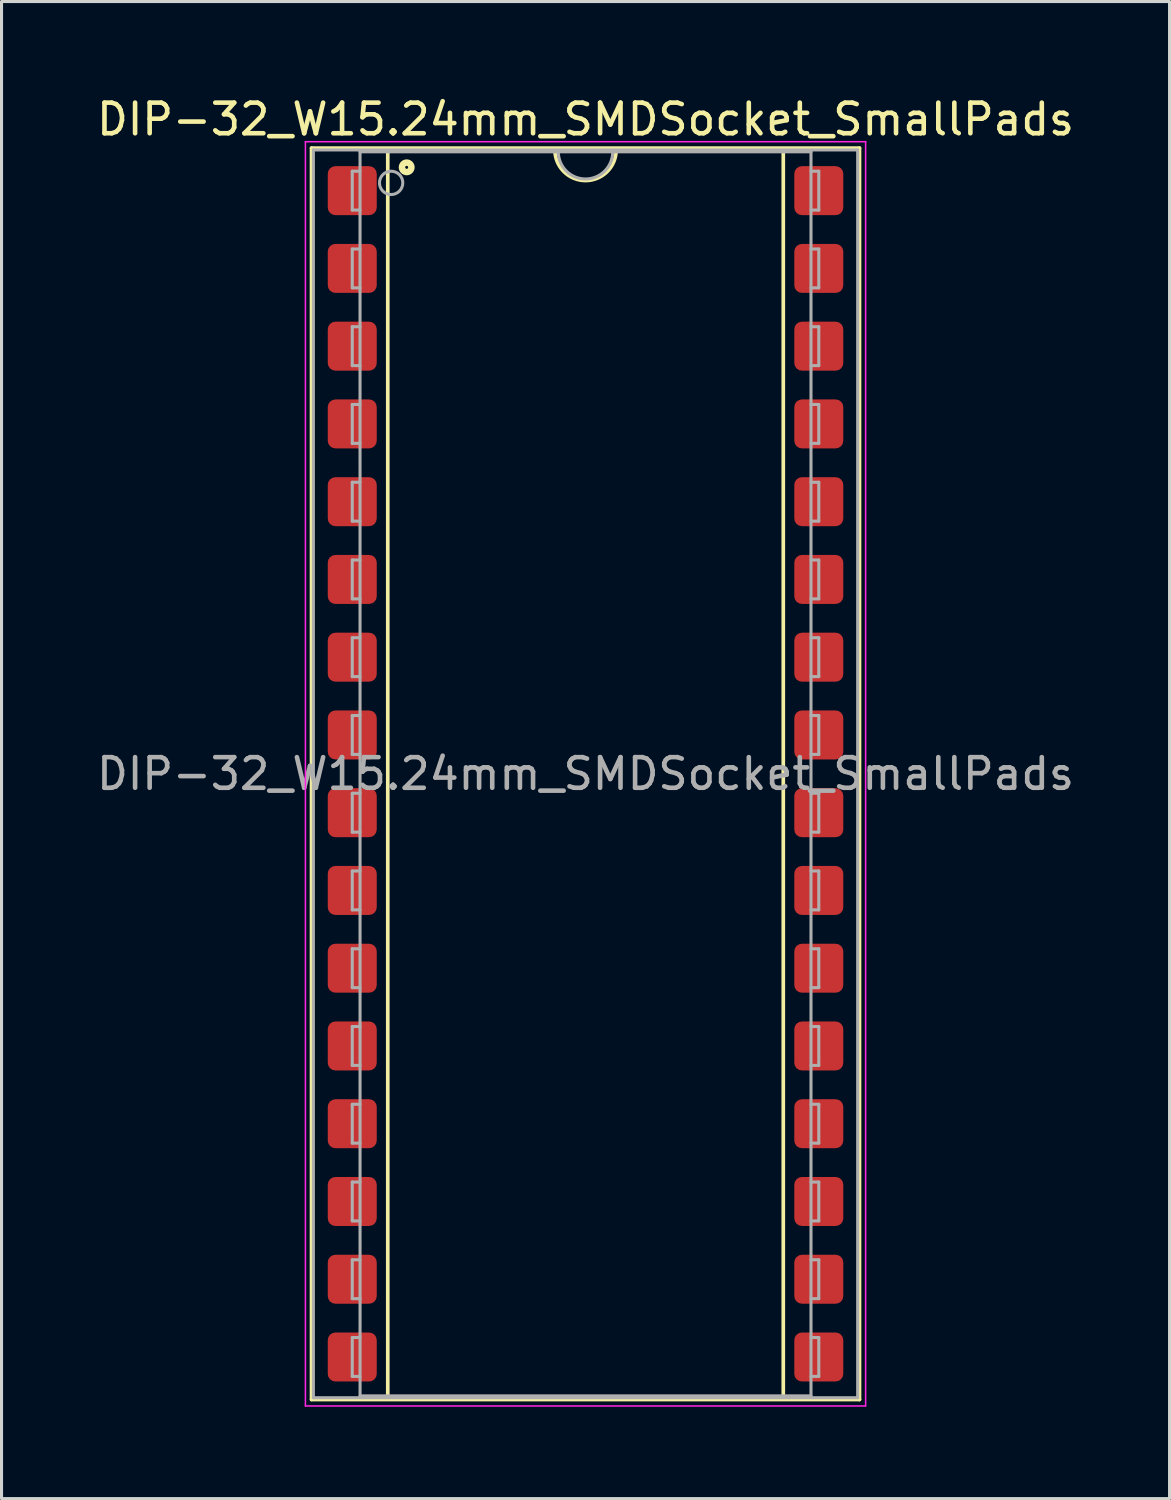
<source format=kicad_pcb>
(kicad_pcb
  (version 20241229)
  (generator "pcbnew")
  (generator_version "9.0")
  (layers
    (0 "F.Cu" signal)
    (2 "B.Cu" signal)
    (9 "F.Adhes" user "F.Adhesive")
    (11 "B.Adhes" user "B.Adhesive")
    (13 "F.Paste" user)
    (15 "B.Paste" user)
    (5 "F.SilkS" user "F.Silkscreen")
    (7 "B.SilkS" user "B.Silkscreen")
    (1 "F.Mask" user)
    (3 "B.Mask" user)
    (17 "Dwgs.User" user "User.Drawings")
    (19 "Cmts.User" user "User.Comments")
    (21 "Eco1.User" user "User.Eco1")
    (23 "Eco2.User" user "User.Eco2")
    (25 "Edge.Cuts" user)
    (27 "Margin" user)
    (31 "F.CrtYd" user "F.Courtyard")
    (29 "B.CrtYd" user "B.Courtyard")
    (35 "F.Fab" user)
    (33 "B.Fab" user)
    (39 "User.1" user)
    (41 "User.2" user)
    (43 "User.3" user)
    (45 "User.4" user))
  (footprint "DIP-32_W15.24mm_SMDSocket_SmallPads"
    (layer "F.Cu")
    (at 16.077 22.228)
    (property "Reference" "DIP-32_W15.24mm_SMDSocket_SmallPads" (at 0 -21.38 0) (layer "F.SilkS") (effects (font (size 1 1) (thickness 0.15))))
    (attr smd)
    (fp_line (start -8.95 -20.44) (end -8.95 20.44) (stroke (width 0.12) (type solid)) (layer "F.SilkS"))
    (fp_line (start -8.95 20.44) (end 8.95 20.44) (stroke (width 0.12) (type solid)) (layer "F.SilkS"))
    (fp_line (start -6.46 -20.38) (end -6.46 20.38) (stroke (width 0.12) (type solid)) (layer "F.SilkS"))
    (fp_line (start -6.46 20.38) (end 6.46 20.38) (stroke (width 0.12) (type solid)) (layer "F.SilkS"))
    (fp_line (start -1 -20.38) (end -6.46 -20.38) (stroke (width 0.12) (type solid)) (layer "F.SilkS"))
    (fp_line (start 6.46 -20.38) (end 1 -20.38) (stroke (width 0.12) (type solid)) (layer "F.SilkS"))
    (fp_line (start 6.46 20.38) (end 6.46 -20.38) (stroke (width 0.12) (type solid)) (layer "F.SilkS"))
    (fp_line (start 8.95 -20.44) (end -8.95 -20.44) (stroke (width 0.12) (type solid)) (layer "F.SilkS"))
    (fp_line (start 8.95 20.44) (end 8.95 -20.44) (stroke (width 0.12) (type solid)) (layer "F.SilkS"))
    (fp_arc (start 1 -20.38) (mid 0 -19.38) (end -1 -20.38) (stroke (width 0.12) (type solid)) (layer "F.SilkS"))
    (fp_circle (center -5.842 -19.812) (end -5.792 -19.812) (stroke (width 0.12) (type solid)) (fill no) (layer "F.SilkS"))
    (fp_circle (center -5.842 -19.812) (end -5.717 -19.812) (stroke (width 0.12) (type solid)) (fill no) (layer "F.SilkS"))
    (fp_circle (center -5.842 -19.812) (end -5.642 -19.812) (stroke (width 0.12) (type solid)) (fill no) (layer "F.SilkS"))
    (fp_line (start -9.15 -20.65) (end -9.15 20.65) (stroke (width 0.05) (type solid)) (layer "F.CrtYd"))
    (fp_line (start -9.15 20.65) (end 9.15 20.65) (stroke (width 0.05) (type solid)) (layer "F.CrtYd"))
    (fp_line (start 9.15 -20.65) (end -9.15 -20.65) (stroke (width 0.05) (type solid)) (layer "F.CrtYd"))
    (fp_line (start 9.15 20.65) (end 9.15 -20.65) (stroke (width 0.05) (type solid)) (layer "F.CrtYd"))
    (fp_line (start -8.89 -20.38) (end -8.89 20.38) (stroke (width 0.1) (type solid)) (layer "F.Fab"))
    (fp_line (start -8.89 20.38) (end 8.89 20.38) (stroke (width 0.1) (type solid)) (layer "F.Fab"))
    (fp_line (start -7.62 -19.685) (end -7.62 -18.415) (stroke (width 0.1) (type solid)) (layer "F.Fab"))
    (fp_line (start -7.62 -19.685) (end -7.366 -19.685) (stroke (width 0.1) (type solid)) (layer "F.Fab"))
    (fp_line (start -7.62 -18.415) (end -7.366 -18.415) (stroke (width 0.1) (type solid)) (layer "F.Fab"))
    (fp_line (start -7.62 -17.145) (end -7.62 -15.875) (stroke (width 0.1) (type solid)) (layer "F.Fab"))
    (fp_line (start -7.62 -17.145) (end -7.366 -17.145) (stroke (width 0.1) (type solid)) (layer "F.Fab"))
    (fp_line (start -7.62 -15.875) (end -7.366 -15.875) (stroke (width 0.1) (type solid)) (layer "F.Fab"))
    (fp_line (start -7.62 -14.605) (end -7.62 -13.335) (stroke (width 0.1) (type solid)) (layer "F.Fab"))
    (fp_line (start -7.62 -14.605) (end -7.366 -14.605) (stroke (width 0.1) (type solid)) (layer "F.Fab"))
    (fp_line (start -7.62 -13.335) (end -7.366 -13.335) (stroke (width 0.1) (type solid)) (layer "F.Fab"))
    (fp_line (start -7.62 -12.065) (end -7.62 -10.795) (stroke (width 0.1) (type solid)) (layer "F.Fab"))
    (fp_line (start -7.62 -12.065) (end -7.366 -12.065) (stroke (width 0.1) (type solid)) (layer "F.Fab"))
    (fp_line (start -7.62 -10.795) (end -7.366 -10.795) (stroke (width 0.1) (type solid)) (layer "F.Fab"))
    (fp_line (start -7.62 -9.525) (end -7.62 -8.255) (stroke (width 0.1) (type solid)) (layer "F.Fab"))
    (fp_line (start -7.62 -9.525) (end -7.366 -9.525) (stroke (width 0.1) (type solid)) (layer "F.Fab"))
    (fp_line (start -7.62 -8.255) (end -7.366 -8.255) (stroke (width 0.1) (type solid)) (layer "F.Fab"))
    (fp_line (start -7.62 -6.985) (end -7.62 -5.715) (stroke (width 0.1) (type solid)) (layer "F.Fab"))
    (fp_line (start -7.62 -6.985) (end -7.366 -6.985) (stroke (width 0.1) (type solid)) (layer "F.Fab"))
    (fp_line (start -7.62 -5.715) (end -7.366 -5.715) (stroke (width 0.1) (type solid)) (layer "F.Fab"))
    (fp_line (start -7.62 -4.445) (end -7.62 -3.175) (stroke (width 0.1) (type solid)) (layer "F.Fab"))
    (fp_line (start -7.62 -4.445) (end -7.366 -4.445) (stroke (width 0.1) (type solid)) (layer "F.Fab"))
    (fp_line (start -7.62 -3.175) (end -7.366 -3.175) (stroke (width 0.1) (type solid)) (layer "F.Fab"))
    (fp_line (start -7.62 -1.905) (end -7.62 -0.635) (stroke (width 0.1) (type solid)) (layer "F.Fab"))
    (fp_line (start -7.62 -1.905) (end -7.366 -1.905) (stroke (width 0.1) (type solid)) (layer "F.Fab"))
    (fp_line (start -7.62 -0.635) (end -7.366 -0.635) (stroke (width 0.1) (type solid)) (layer "F.Fab"))
    (fp_line (start -7.62 0.635) (end -7.62 1.905) (stroke (width 0.1) (type solid)) (layer "F.Fab"))
    (fp_line (start -7.62 0.635) (end -7.366 0.635) (stroke (width 0.1) (type solid)) (layer "F.Fab"))
    (fp_line (start -7.62 1.905) (end -7.366 1.905) (stroke (width 0.1) (type solid)) (layer "F.Fab"))
    (fp_line (start -7.62 3.175) (end -7.62 4.445) (stroke (width 0.1) (type solid)) (layer "F.Fab"))
    (fp_line (start -7.62 3.175) (end -7.366 3.175) (stroke (width 0.1) (type solid)) (layer "F.Fab"))
    (fp_line (start -7.62 4.445) (end -7.366 4.445) (stroke (width 0.1) (type solid)) (layer "F.Fab"))
    (fp_line (start -7.62 5.715) (end -7.62 6.985) (stroke (width 0.1) (type solid)) (layer "F.Fab"))
    (fp_line (start -7.62 5.715) (end -7.366 5.715) (stroke (width 0.1) (type solid)) (layer "F.Fab"))
    (fp_line (start -7.62 6.985) (end -7.366 6.985) (stroke (width 0.1) (type solid)) (layer "F.Fab"))
    (fp_line (start -7.62 8.255) (end -7.62 9.525) (stroke (width 0.1) (type solid)) (layer "F.Fab"))
    (fp_line (start -7.62 8.255) (end -7.366 8.255) (stroke (width 0.1) (type solid)) (layer "F.Fab"))
    (fp_line (start -7.62 9.525) (end -7.366 9.525) (stroke (width 0.1) (type solid)) (layer "F.Fab"))
    (fp_line (start -7.62 10.795) (end -7.62 12.065) (stroke (width 0.1) (type solid)) (layer "F.Fab"))
    (fp_line (start -7.62 10.795) (end -7.366 10.795) (stroke (width 0.1) (type solid)) (layer "F.Fab"))
    (fp_line (start -7.62 12.065) (end -7.366 12.065) (stroke (width 0.1) (type solid)) (layer "F.Fab"))
    (fp_line (start -7.62 13.335) (end -7.62 14.605) (stroke (width 0.1) (type solid)) (layer "F.Fab"))
    (fp_line (start -7.62 13.335) (end -7.366 13.335) (stroke (width 0.1) (type solid)) (layer "F.Fab"))
    (fp_line (start -7.62 14.605) (end -7.366 14.605) (stroke (width 0.1) (type solid)) (layer "F.Fab"))
    (fp_line (start -7.62 15.875) (end -7.62 17.145) (stroke (width 0.1) (type solid)) (layer "F.Fab"))
    (fp_line (start -7.62 15.875) (end -7.366 15.875) (stroke (width 0.1) (type solid)) (layer "F.Fab"))
    (fp_line (start -7.62 17.145) (end -7.366 17.145) (stroke (width 0.1) (type solid)) (layer "F.Fab"))
    (fp_line (start -7.62 18.415) (end -7.62 19.685) (stroke (width 0.1) (type solid)) (layer "F.Fab"))
    (fp_line (start -7.62 18.415) (end -7.366 18.415) (stroke (width 0.1) (type solid)) (layer "F.Fab"))
    (fp_line (start -7.62 19.685) (end -7.366 19.685) (stroke (width 0.1) (type solid)) (layer "F.Fab"))
    (fp_line (start -7.366 -20.32) (end 7.365 -20.32) (stroke (width 0.1) (type solid)) (layer "F.Fab"))
    (fp_line (start -7.365 20.32) (end -7.366 -20.32) (stroke (width 0.1) (type solid)) (layer "F.Fab"))
    (fp_line (start 7.365 -20.32) (end 7.365 20.32) (stroke (width 0.1) (type solid)) (layer "F.Fab"))
    (fp_line (start 7.365 20.32) (end -7.365 20.32) (stroke (width 0.1) (type solid)) (layer "F.Fab"))
    (fp_line (start 7.62 -19.685) (end 7.366 -19.685) (stroke (width 0.1) (type solid)) (layer "F.Fab"))
    (fp_line (start 7.62 -18.415) (end 7.366 -18.415) (stroke (width 0.1) (type solid)) (layer "F.Fab"))
    (fp_line (start 7.62 -18.415) (end 7.62 -19.685) (stroke (width 0.1) (type solid)) (layer "F.Fab"))
    (fp_line (start 7.62 -17.145) (end 7.366 -17.145) (stroke (width 0.1) (type solid)) (layer "F.Fab"))
    (fp_line (start 7.62 -15.875) (end 7.366 -15.875) (stroke (width 0.1) (type solid)) (layer "F.Fab"))
    (fp_line (start 7.62 -15.875) (end 7.62 -17.145) (stroke (width 0.1) (type solid)) (layer "F.Fab"))
    (fp_line (start 7.62 -14.605) (end 7.366 -14.605) (stroke (width 0.1) (type solid)) (layer "F.Fab"))
    (fp_line (start 7.62 -13.335) (end 7.366 -13.335) (stroke (width 0.1) (type solid)) (layer "F.Fab"))
    (fp_line (start 7.62 -13.335) (end 7.62 -14.605) (stroke (width 0.1) (type solid)) (layer "F.Fab"))
    (fp_line (start 7.62 -12.065) (end 7.366 -12.065) (stroke (width 0.1) (type solid)) (layer "F.Fab"))
    (fp_line (start 7.62 -10.795) (end 7.366 -10.795) (stroke (width 0.1) (type solid)) (layer "F.Fab"))
    (fp_line (start 7.62 -10.795) (end 7.62 -12.065) (stroke (width 0.1) (type solid)) (layer "F.Fab"))
    (fp_line (start 7.62 -9.525) (end 7.366 -9.525) (stroke (width 0.1) (type solid)) (layer "F.Fab"))
    (fp_line (start 7.62 -8.255) (end 7.366 -8.255) (stroke (width 0.1) (type solid)) (layer "F.Fab"))
    (fp_line (start 7.62 -8.255) (end 7.62 -9.525) (stroke (width 0.1) (type solid)) (layer "F.Fab"))
    (fp_line (start 7.62 -6.985) (end 7.366 -6.985) (stroke (width 0.1) (type solid)) (layer "F.Fab"))
    (fp_line (start 7.62 -5.715) (end 7.366 -5.715) (stroke (width 0.1) (type solid)) (layer "F.Fab"))
    (fp_line (start 7.62 -5.715) (end 7.62 -6.985) (stroke (width 0.1) (type solid)) (layer "F.Fab"))
    (fp_line (start 7.62 -4.445) (end 7.366 -4.445) (stroke (width 0.1) (type solid)) (layer "F.Fab"))
    (fp_line (start 7.62 -3.175) (end 7.366 -3.175) (stroke (width 0.1) (type solid)) (layer "F.Fab"))
    (fp_line (start 7.62 -3.175) (end 7.62 -4.445) (stroke (width 0.1) (type solid)) (layer "F.Fab"))
    (fp_line (start 7.62 -1.905) (end 7.366 -1.905) (stroke (width 0.1) (type solid)) (layer "F.Fab"))
    (fp_line (start 7.62 -0.635) (end 7.366 -0.635) (stroke (width 0.1) (type solid)) (layer "F.Fab"))
    (fp_line (start 7.62 -0.635) (end 7.62 -1.905) (stroke (width 0.1) (type solid)) (layer "F.Fab"))
    (fp_line (start 7.62 0.635) (end 7.366 0.635) (stroke (width 0.1) (type solid)) (layer "F.Fab"))
    (fp_line (start 7.62 1.905) (end 7.366 1.905) (stroke (width 0.1) (type solid)) (layer "F.Fab"))
    (fp_line (start 7.62 1.905) (end 7.62 0.635) (stroke (width 0.1) (type solid)) (layer "F.Fab"))
    (fp_line (start 7.62 3.175) (end 7.366 3.175) (stroke (width 0.1) (type solid)) (layer "F.Fab"))
    (fp_line (start 7.62 4.445) (end 7.366 4.445) (stroke (width 0.1) (type solid)) (layer "F.Fab"))
    (fp_line (start 7.62 4.445) (end 7.62 3.175) (stroke (width 0.1) (type solid)) (layer "F.Fab"))
    (fp_line (start 7.62 5.715) (end 7.366 5.715) (stroke (width 0.1) (type solid)) (layer "F.Fab"))
    (fp_line (start 7.62 6.985) (end 7.366 6.985) (stroke (width 0.1) (type solid)) (layer "F.Fab"))
    (fp_line (start 7.62 6.985) (end 7.62 5.715) (stroke (width 0.1) (type solid)) (layer "F.Fab"))
    (fp_line (start 7.62 8.255) (end 7.366 8.255) (stroke (width 0.1) (type solid)) (layer "F.Fab"))
    (fp_line (start 7.62 9.525) (end 7.366 9.525) (stroke (width 0.1) (type solid)) (layer "F.Fab"))
    (fp_line (start 7.62 9.525) (end 7.62 8.255) (stroke (width 0.1) (type solid)) (layer "F.Fab"))
    (fp_line (start 7.62 10.795) (end 7.366 10.795) (stroke (width 0.1) (type solid)) (layer "F.Fab"))
    (fp_line (start 7.62 12.065) (end 7.366 12.065) (stroke (width 0.1) (type solid)) (layer "F.Fab"))
    (fp_line (start 7.62 12.065) (end 7.62 10.795) (stroke (width 0.1) (type solid)) (layer "F.Fab"))
    (fp_line (start 7.62 13.335) (end 7.366 13.335) (stroke (width 0.1) (type solid)) (layer "F.Fab"))
    (fp_line (start 7.62 14.605) (end 7.366 14.605) (stroke (width 0.1) (type solid)) (layer "F.Fab"))
    (fp_line (start 7.62 14.605) (end 7.62 13.335) (stroke (width 0.1) (type solid)) (layer "F.Fab"))
    (fp_line (start 7.62 15.875) (end 7.366 15.875) (stroke (width 0.1) (type solid)) (layer "F.Fab"))
    (fp_line (start 7.62 17.145) (end 7.366 17.145) (stroke (width 0.1) (type solid)) (layer "F.Fab"))
    (fp_line (start 7.62 17.145) (end 7.62 15.875) (stroke (width 0.1) (type solid)) (layer "F.Fab"))
    (fp_line (start 7.62 18.415) (end 7.366 18.415) (stroke (width 0.1) (type solid)) (layer "F.Fab"))
    (fp_line (start 7.62 19.685) (end 7.366 19.685) (stroke (width 0.1) (type solid)) (layer "F.Fab"))
    (fp_line (start 7.62 19.685) (end 7.62 18.415) (stroke (width 0.1) (type solid)) (layer "F.Fab"))
    (fp_line (start 8.89 -20.38) (end -8.89 -20.38) (stroke (width 0.1) (type solid)) (layer "F.Fab"))
    (fp_line (start 8.89 20.38) (end 8.89 -20.38) (stroke (width 0.1) (type solid)) (layer "F.Fab"))
    (fp_arc (start 0.889 -20.32) (mid 0 -19.431) (end -0.889 -20.32) (stroke (width 0.1) (type solid)) (layer "F.Fab"))
    (fp_circle (center -6.35 -19.304) (end -5.969 -19.304) (stroke (width 0.1) (type solid)) (fill no) (layer "F.Fab"))
    (fp_text user "${REFERENCE}" (at 0 0 0) (layer "F.Fab") (effects (font (size 1 1) (thickness 0.15))))
    (pad "1" smd roundrect (at -7.62 -19.05) (size 1.6 1.6) (layers "F.Cu" "F.Mask" "F.Paste") (roundrect_rratio 0.156))
    (pad "2" smd roundrect (at -7.62 -16.51) (size 1.6 1.6) (layers "F.Cu" "F.Mask" "F.Paste") (roundrect_rratio 0.156))
    (pad "3" smd roundrect (at -7.62 -13.97) (size 1.6 1.6) (layers "F.Cu" "F.Mask" "F.Paste") (roundrect_rratio 0.156))
    (pad "4" smd roundrect (at -7.62 -11.43) (size 1.6 1.6) (layers "F.Cu" "F.Mask" "F.Paste") (roundrect_rratio 0.156))
    (pad "5" smd roundrect (at -7.62 -8.89) (size 1.6 1.6) (layers "F.Cu" "F.Mask" "F.Paste") (roundrect_rratio 0.156))
    (pad "6" smd roundrect (at -7.62 -6.35) (size 1.6 1.6) (layers "F.Cu" "F.Mask" "F.Paste") (roundrect_rratio 0.156))
    (pad "7" smd roundrect (at -7.62 -3.81) (size 1.6 1.6) (layers "F.Cu" "F.Mask" "F.Paste") (roundrect_rratio 0.156))
    (pad "8" smd roundrect (at -7.62 -1.27) (size 1.6 1.6) (layers "F.Cu" "F.Mask" "F.Paste") (roundrect_rratio 0.156))
    (pad "9" smd roundrect (at -7.62 1.27) (size 1.6 1.6) (layers "F.Cu" "F.Mask" "F.Paste") (roundrect_rratio 0.156))
    (pad "10" smd roundrect (at -7.62 3.81) (size 1.6 1.6) (layers "F.Cu" "F.Mask" "F.Paste") (roundrect_rratio 0.156))
    (pad "11" smd roundrect (at -7.62 6.35) (size 1.6 1.6) (layers "F.Cu" "F.Mask" "F.Paste") (roundrect_rratio 0.156))
    (pad "12" smd roundrect (at -7.62 8.89) (size 1.6 1.6) (layers "F.Cu" "F.Mask" "F.Paste") (roundrect_rratio 0.156))
    (pad "13" smd roundrect (at -7.62 11.43) (size 1.6 1.6) (layers "F.Cu" "F.Mask" "F.Paste") (roundrect_rratio 0.156))
    (pad "14" smd roundrect (at -7.62 13.97) (size 1.6 1.6) (layers "F.Cu" "F.Mask" "F.Paste") (roundrect_rratio 0.156))
    (pad "15" smd roundrect (at -7.62 16.51) (size 1.6 1.6) (layers "F.Cu" "F.Mask" "F.Paste") (roundrect_rratio 0.156))
    (pad "16" smd roundrect (at -7.62 19.05) (size 1.6 1.6) (layers "F.Cu" "F.Mask" "F.Paste") (roundrect_rratio 0.156))
    (pad "17" smd roundrect (at 7.62 19.05) (size 1.6 1.6) (layers "F.Cu" "F.Mask" "F.Paste") (roundrect_rratio 0.156))
    (pad "18" smd roundrect (at 7.62 16.51) (size 1.6 1.6) (layers "F.Cu" "F.Mask" "F.Paste") (roundrect_rratio 0.156))
    (pad "19" smd roundrect (at 7.62 13.97) (size 1.6 1.6) (layers "F.Cu" "F.Mask" "F.Paste") (roundrect_rratio 0.156))
    (pad "20" smd roundrect (at 7.62 11.43 90) (size 1.6 1.6) (layers "F.Cu" "F.Mask" "F.Paste") (roundrect_rratio 0.156))
    (pad "21" smd roundrect (at 7.62 8.89) (size 1.6 1.6) (layers "F.Cu" "F.Mask" "F.Paste") (roundrect_rratio 0.156))
    (pad "22" smd roundrect (at 7.62 6.35) (size 1.6 1.6) (layers "F.Cu" "F.Mask" "F.Paste") (roundrect_rratio 0.156))
    (pad "23" smd roundrect (at 7.62 3.81) (size 1.6 1.6) (layers "F.Cu" "F.Mask" "F.Paste") (roundrect_rratio 0.156))
    (pad "24" smd roundrect (at 7.62 1.27) (size 1.6 1.6) (layers "F.Cu" "F.Mask" "F.Paste") (roundrect_rratio 0.156))
    (pad "25" smd roundrect (at 7.62 -1.27) (size 1.6 1.6) (layers "F.Cu" "F.Mask" "F.Paste") (roundrect_rratio 0.156))
    (pad "26" smd roundrect (at 7.62 -3.81) (size 1.6 1.6) (layers "F.Cu" "F.Mask" "F.Paste") (roundrect_rratio 0.156))
    (pad "27" smd roundrect (at 7.62 -6.35) (size 1.6 1.6) (layers "F.Cu" "F.Mask" "F.Paste") (roundrect_rratio 0.156))
    (pad "28" smd roundrect (at 7.62 -8.89) (size 1.6 1.6) (layers "F.Cu" "F.Mask" "F.Paste") (roundrect_rratio 0.156))
    (pad "29" smd roundrect (at 7.62 -11.43) (size 1.6 1.6) (layers "F.Cu" "F.Mask" "F.Paste") (roundrect_rratio 0.156))
    (pad "30" smd roundrect (at 7.62 -13.97) (size 1.6 1.6) (layers "F.Cu" "F.Mask" "F.Paste") (roundrect_rratio 0.156))
    (pad "31" smd roundrect (at 7.62 -16.51) (size 1.6 1.6) (layers "F.Cu" "F.Mask" "F.Paste") (roundrect_rratio 0.156))
    (pad "32" smd roundrect (at 7.62 -19.05) (size 1.6 1.6) (layers "F.Cu" "F.Mask" "F.Paste") (roundrect_rratio 0.156)))
  (gr_rect
    (start -3 -3)
    (end 35.155 45.903)
    (stroke (width 0.1) (type default))
    (fill no)
    (layer "Edge.Cuts")))
</source>
